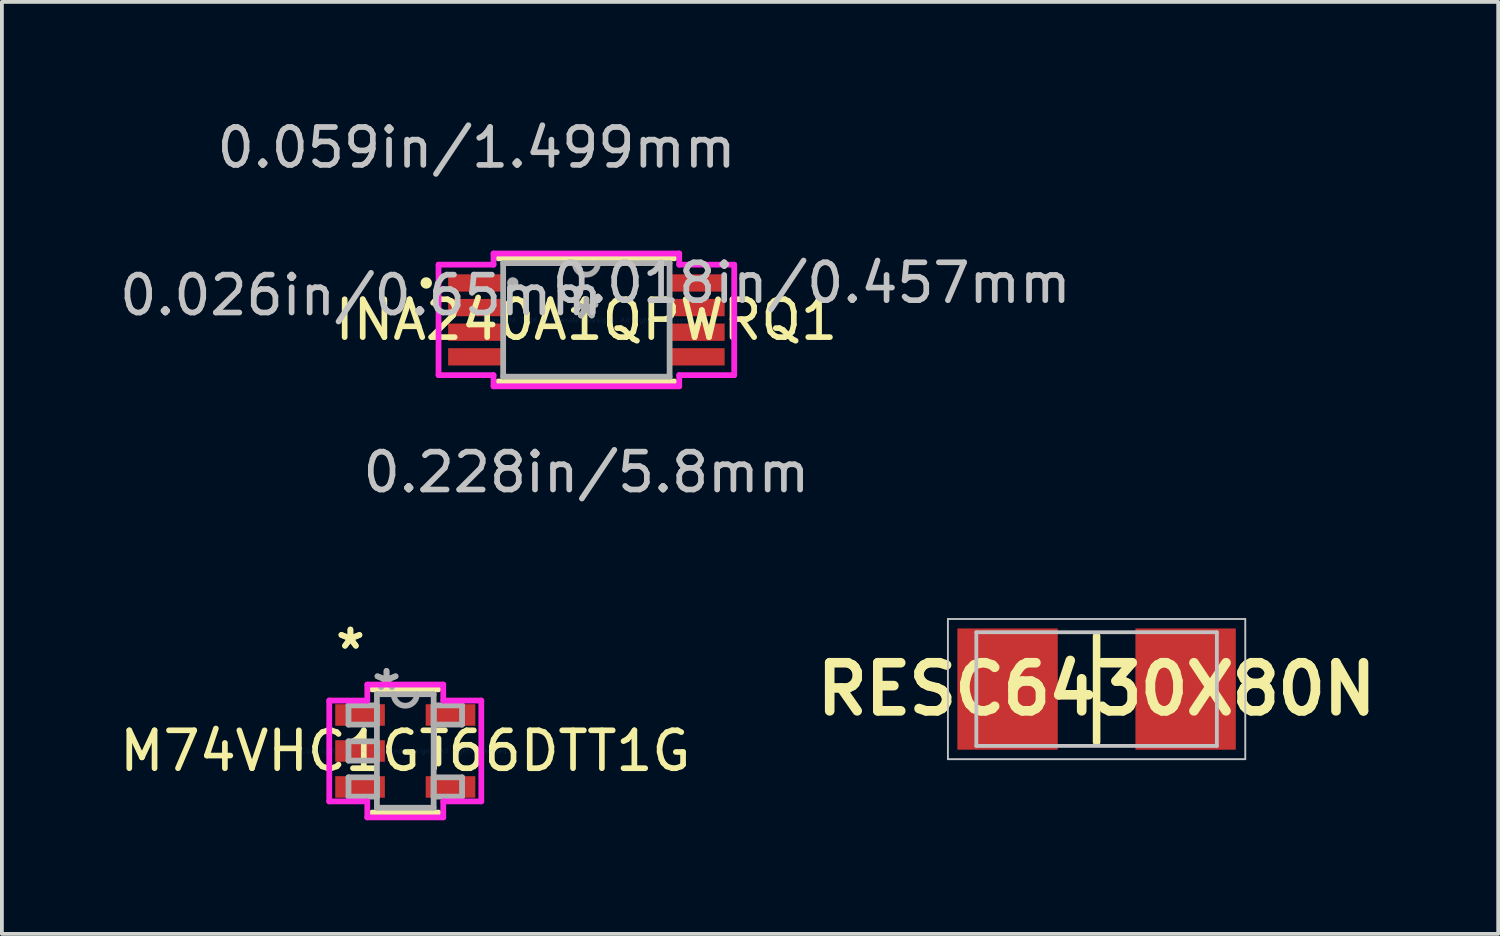
<source format=kicad_pcb>
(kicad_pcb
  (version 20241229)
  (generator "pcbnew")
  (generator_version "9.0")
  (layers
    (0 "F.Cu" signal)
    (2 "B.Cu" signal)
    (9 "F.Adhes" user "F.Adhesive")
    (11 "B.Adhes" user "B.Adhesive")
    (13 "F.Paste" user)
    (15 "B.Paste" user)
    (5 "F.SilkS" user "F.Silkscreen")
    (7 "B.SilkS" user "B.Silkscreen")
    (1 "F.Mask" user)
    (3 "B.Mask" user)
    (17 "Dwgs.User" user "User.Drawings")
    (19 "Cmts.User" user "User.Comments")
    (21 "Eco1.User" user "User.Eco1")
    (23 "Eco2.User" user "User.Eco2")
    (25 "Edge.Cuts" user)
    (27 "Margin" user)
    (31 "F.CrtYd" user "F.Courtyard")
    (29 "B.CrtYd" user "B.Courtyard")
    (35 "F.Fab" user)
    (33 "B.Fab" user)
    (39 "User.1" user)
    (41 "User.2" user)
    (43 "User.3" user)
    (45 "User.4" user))
  (footprint "INA240A1QPWRQ1"
    (layer "F.Cu")
    (at 12.43 5.395)
    (property "Reference" "INA240A1QPWRQ1" (at 0 0 0) (layer "F.SilkS") (effects (font (size 1 1) (thickness 0.15))))
    (attr through_hole)
    (fp_line (start -2.324 1.626) (end 2.324 1.626) (stroke (width 0.152) (type solid)) (layer "F.SilkS"))
    (fp_line (start 2.324 -1.626) (end -2.324 -1.626) (stroke (width 0.152) (type solid)) (layer "F.SilkS"))
    (fp_circle (center -4.228 -0.975) (end -4.152 -0.975) (stroke (width 0.152) (type solid)) (fill no) (layer "F.SilkS"))
    (fp_line (start -3.903 -1.458) (end -2.451 -1.458) (stroke (width 0.152) (type solid)) (layer "F.CrtYd"))
    (fp_line (start -3.903 1.458) (end -3.903 -1.458) (stroke (width 0.152) (type solid)) (layer "F.CrtYd"))
    (fp_line (start -2.451 -1.753) (end 2.451 -1.753) (stroke (width 0.152) (type solid)) (layer "F.CrtYd"))
    (fp_line (start -2.451 -1.458) (end -2.451 -1.753) (stroke (width 0.152) (type solid)) (layer "F.CrtYd"))
    (fp_line (start -2.451 1.458) (end -3.903 1.458) (stroke (width 0.152) (type solid)) (layer "F.CrtYd"))
    (fp_line (start -2.451 1.753) (end -2.451 1.458) (stroke (width 0.152) (type solid)) (layer "F.CrtYd"))
    (fp_line (start 2.451 -1.753) (end 2.451 -1.458) (stroke (width 0.152) (type solid)) (layer "F.CrtYd"))
    (fp_line (start 2.451 -1.458) (end 3.903 -1.458) (stroke (width 0.152) (type solid)) (layer "F.CrtYd"))
    (fp_line (start 2.451 1.458) (end 2.451 1.753) (stroke (width 0.152) (type solid)) (layer "F.CrtYd"))
    (fp_line (start 2.451 1.753) (end -2.451 1.753) (stroke (width 0.152) (type solid)) (layer "F.CrtYd"))
    (fp_line (start 3.903 -1.458) (end 3.903 1.458) (stroke (width 0.152) (type solid)) (layer "F.CrtYd"))
    (fp_line (start 3.903 1.458) (end 2.451 1.458) (stroke (width 0.152) (type solid)) (layer "F.CrtYd"))
    (fp_line (start -2.197 -1.499) (end -2.197 1.499) (stroke (width 0.152) (type solid)) (layer "F.Fab"))
    (fp_line (start -2.197 1.499) (end 2.197 1.499) (stroke (width 0.152) (type solid)) (layer "F.Fab"))
    (fp_line (start 2.197 -1.499) (end -2.197 -1.499) (stroke (width 0.152) (type solid)) (layer "F.Fab"))
    (fp_line (start 2.197 1.499) (end 2.197 -1.499) (stroke (width 0.152) (type solid)) (layer "F.Fab"))
    (fp_arc (start 0.3048 -1.4986) (mid 0 -1.1938) (end -0.3048 -1.4986) (stroke (width 0.1524) (type solid)) (layer "F.Fab"))
    (fp_circle (center -1.943 -0.975) (end -1.867 -0.975) (stroke (width 0.152) (type solid)) (fill no) (layer "F.Fab"))
    (fp_text user "*" (at 0 0 0) (layer "F.SilkS") (effects (font (size 1 1) (thickness 0.15))))
    (fp_text user "0.059in/1.499mm" (at -2.9 -4.547 0) (layer "Dwgs.User") (effects (font (size 1 1) (thickness 0.15))))
    (fp_text user "0.228in/5.8mm" (at 0 4.023 0) (layer "Dwgs.User") (effects (font (size 1 1) (thickness 0.15))))
    (fp_text user "0.018in/0.457mm" (at 5.948 -0.975 0) (layer "Dwgs.User") (effects (font (size 1 1) (thickness 0.15))))
    (fp_text user "0.026in/0.65mm" (at -5.948 -0.65 0) (layer "Dwgs.User") (effects (font (size 1 1) (thickness 0.15))))
    (fp_text user "Copyright 2016 Accelerated Designs. All rights reserved." (at 0 0 0) (layer "Cmts.User") (effects (font (size 0.127 0.127) (thickness 0.002))))
    (fp_text user "*" (at 0 0 0) (layer "F.Fab") (effects (font (size 1 1) (thickness 0.15))))
    (pad "1" smd rect (at -2.9 -0.975) (size 1.499 0.457) (layers "F.Cu" "F.Mask" "F.Paste"))
    (pad "2" smd rect (at -2.9 -0.325) (size 1.499 0.457) (layers "F.Cu" "F.Mask" "F.Paste"))
    (pad "3" smd rect (at -2.9 0.325) (size 1.499 0.457) (layers "F.Cu" "F.Mask" "F.Paste"))
    (pad "4" smd rect (at -2.9 0.975) (size 1.499 0.457) (layers "F.Cu" "F.Mask" "F.Paste"))
    (pad "5" smd rect (at 2.9 0.975) (size 1.499 0.457) (layers "F.Cu" "F.Mask" "F.Paste"))
    (pad "6" smd rect (at 2.9 0.325) (size 1.499 0.457) (layers "F.Cu" "F.Mask" "F.Paste"))
    (pad "7" smd rect (at 2.9 -0.325) (size 1.499 0.457) (layers "F.Cu" "F.Mask" "F.Paste"))
    (pad "8" smd rect (at 2.9 -0.975) (size 1.499 0.457) (layers "F.Cu" "F.Mask" "F.Paste")))
  (footprint "RESC6430X80N"
    (layer "F.Cu")
    (at 25.899 15.141)
    (property "Reference" "RESC6430X80N" (at 0 0 0) (layer "F.SilkS") (effects (font (size 1.27 1.27) (thickness 0.254))))
    (attr smd)
    (fp_line (start 0 -1.4) (end 0 1.4) (stroke (width 0.2) (type solid)) (layer "F.SilkS"))
    (fp_line (start -3.925 -1.85) (end 3.925 -1.85) (stroke (width 0.05) (type solid)) (layer "Dwgs.User"))
    (fp_line (start -3.925 1.85) (end -3.925 -1.85) (stroke (width 0.05) (type solid)) (layer "Dwgs.User"))
    (fp_line (start -3.175 -1.5) (end 3.175 -1.5) (stroke (width 0.1) (type solid)) (layer "Dwgs.User"))
    (fp_line (start -3.175 1.5) (end -3.175 -1.5) (stroke (width 0.1) (type solid)) (layer "Dwgs.User"))
    (fp_line (start 3.175 -1.5) (end 3.175 1.5) (stroke (width 0.1) (type solid)) (layer "Dwgs.User"))
    (fp_line (start 3.175 1.5) (end -3.175 1.5) (stroke (width 0.1) (type solid)) (layer "Dwgs.User"))
    (fp_line (start 3.925 -1.85) (end 3.925 1.85) (stroke (width 0.05) (type solid)) (layer "Dwgs.User"))
    (fp_line (start 3.925 1.85) (end -3.925 1.85) (stroke (width 0.05) (type solid)) (layer "Dwgs.User"))
    (pad "1" smd rect (at -2.35 0) (size 2.65 3.2) (layers "F.Cu" "F.Mask" "F.Paste"))
    (pad "2" smd rect (at 2.35 0) (size 2.65 3.2) (layers "F.Cu" "F.Mask" "F.Paste")))
  (footprint "M74VHC1GT66DTT1G"
    (layer "F.Cu")
    (at 7.649 16.775)
    (property "Reference" "M74VHC1GT66DTT1G" (at 0 0 0) (layer "F.SilkS") (effects (font (size 1 1) (thickness 0.15))))
    (attr through_hole)
    (fp_line (start -0.876 1.626) (end 0.876 1.626) (stroke (width 0.152) (type solid)) (layer "F.SilkS"))
    (fp_line (start 0.876 -1.626) (end -0.876 -1.626) (stroke (width 0.152) (type solid)) (layer "F.SilkS"))
    (fp_line (start 0.876 0.333) (end 0.876 -0.333) (stroke (width 0.152) (type solid)) (layer "F.SilkS"))
    (fp_line (start -2.007 -1.331) (end -1.003 -1.331) (stroke (width 0.152) (type solid)) (layer "F.CrtYd"))
    (fp_line (start -2.007 1.331) (end -2.007 -1.331) (stroke (width 0.152) (type solid)) (layer "F.CrtYd"))
    (fp_line (start -1.003 -1.753) (end 1.003 -1.753) (stroke (width 0.152) (type solid)) (layer "F.CrtYd"))
    (fp_line (start -1.003 -1.331) (end -1.003 -1.753) (stroke (width 0.152) (type solid)) (layer "F.CrtYd"))
    (fp_line (start -1.003 1.331) (end -2.007 1.331) (stroke (width 0.152) (type solid)) (layer "F.CrtYd"))
    (fp_line (start -1.003 1.753) (end -1.003 1.331) (stroke (width 0.152) (type solid)) (layer "F.CrtYd"))
    (fp_line (start 1.003 -1.753) (end 1.003 -1.331) (stroke (width 0.152) (type solid)) (layer "F.CrtYd"))
    (fp_line (start 1.003 -1.331) (end 2.007 -1.331) (stroke (width 0.152) (type solid)) (layer "F.CrtYd"))
    (fp_line (start 1.003 1.331) (end 1.003 1.753) (stroke (width 0.152) (type solid)) (layer "F.CrtYd"))
    (fp_line (start 1.003 1.753) (end -1.003 1.753) (stroke (width 0.152) (type solid)) (layer "F.CrtYd"))
    (fp_line (start 2.007 -1.331) (end 2.007 1.331) (stroke (width 0.152) (type solid)) (layer "F.CrtYd"))
    (fp_line (start 2.007 1.331) (end 1.003 1.331) (stroke (width 0.152) (type solid)) (layer "F.CrtYd"))
    (fp_line (start -1.499 -1.204) (end -1.499 -0.696) (stroke (width 0.152) (type solid)) (layer "F.Fab"))
    (fp_line (start -1.499 -0.696) (end -0.749 -0.696) (stroke (width 0.152) (type solid)) (layer "F.Fab"))
    (fp_line (start -1.499 -0.254) (end -1.499 0.254) (stroke (width 0.152) (type solid)) (layer "F.Fab"))
    (fp_line (start -1.499 0.254) (end -0.749 0.254) (stroke (width 0.152) (type solid)) (layer "F.Fab"))
    (fp_line (start -1.499 0.696) (end -1.499 1.204) (stroke (width 0.152) (type solid)) (layer "F.Fab"))
    (fp_line (start -1.499 1.204) (end -0.749 1.204) (stroke (width 0.152) (type solid)) (layer "F.Fab"))
    (fp_line (start -0.749 -1.499) (end -0.749 1.499) (stroke (width 0.152) (type solid)) (layer "F.Fab"))
    (fp_line (start -0.749 -1.204) (end -1.499 -1.204) (stroke (width 0.152) (type solid)) (layer "F.Fab"))
    (fp_line (start -0.749 -0.696) (end -0.749 -1.204) (stroke (width 0.152) (type solid)) (layer "F.Fab"))
    (fp_line (start -0.749 -0.254) (end -1.499 -0.254) (stroke (width 0.152) (type solid)) (layer "F.Fab"))
    (fp_line (start -0.749 0.254) (end -0.749 -0.254) (stroke (width 0.152) (type solid)) (layer "F.Fab"))
    (fp_line (start -0.749 0.696) (end -1.499 0.696) (stroke (width 0.152) (type solid)) (layer "F.Fab"))
    (fp_line (start -0.749 1.204) (end -0.749 0.696) (stroke (width 0.152) (type solid)) (layer "F.Fab"))
    (fp_line (start -0.749 1.499) (end 0.749 1.499) (stroke (width 0.152) (type solid)) (layer "F.Fab"))
    (fp_line (start 0.749 -1.499) (end -0.749 -1.499) (stroke (width 0.152) (type solid)) (layer "F.Fab"))
    (fp_line (start 0.749 -1.204) (end 0.749 -0.696) (stroke (width 0.152) (type solid)) (layer "F.Fab"))
    (fp_line (start 0.749 -0.696) (end 1.499 -0.696) (stroke (width 0.152) (type solid)) (layer "F.Fab"))
    (fp_line (start 0.749 0.696) (end 0.749 1.204) (stroke (width 0.152) (type solid)) (layer "F.Fab"))
    (fp_line (start 0.749 1.204) (end 1.499 1.204) (stroke (width 0.152) (type solid)) (layer "F.Fab"))
    (fp_line (start 0.749 1.499) (end 0.749 -1.499) (stroke (width 0.152) (type solid)) (layer "F.Fab"))
    (fp_line (start 1.499 -1.204) (end 0.749 -1.204) (stroke (width 0.152) (type solid)) (layer "F.Fab"))
    (fp_line (start 1.499 -0.696) (end 1.499 -1.204) (stroke (width 0.152) (type solid)) (layer "F.Fab"))
    (fp_line (start 1.499 0.696) (end 0.749 0.696) (stroke (width 0.152) (type solid)) (layer "F.Fab"))
    (fp_line (start 1.499 1.204) (end 1.499 0.696) (stroke (width 0.152) (type solid)) (layer "F.Fab"))
    (fp_arc (start 0.3048 -1.4986) (mid 0 -1.1938) (end -0.3048 -1.4986) (stroke (width 0.1524) (type solid)) (layer "F.Fab"))
    (fp_text user "*" (at -1.448 -2.661 0) (layer "F.SilkS") (effects (font (size 1 1) (thickness 0.15))))
    (fp_text user "*" (at -1.448 -2.661 0) (layer "F.SilkS") (effects (font (size 1 1) (thickness 0.15))))
    (fp_text user "Copyright 2016 Accelerated Designs. All rights reserved." (at 0 0 0) (layer "Cmts.User") (effects (font (size 0.127 0.127) (thickness 0.002))))
    (fp_text user "*" (at -0.495 -1.569 0) (layer "F.Fab") (effects (font (size 1 1) (thickness 0.15))))
    (fp_text user "*" (at -0.495 -1.569 0) (layer "F.Fab") (effects (font (size 1 1) (thickness 0.15))))
    (pad "1" smd rect (at -1.194 -0.95) (size 1.31 0.568) (layers "F.Cu" "F.Mask" "F.Paste"))
    (pad "2" smd rect (at -1.194 0) (size 1.31 0.568) (layers "F.Cu" "F.Mask" "F.Paste"))
    (pad "3" smd rect (at -1.194 0.95) (size 1.31 0.568) (layers "F.Cu" "F.Mask" "F.Paste"))
    (pad "4" smd rect (at 1.194 0.95) (size 1.31 0.568) (layers "F.Cu" "F.Mask" "F.Paste"))
    (pad "5" smd rect (at 1.194 -0.95) (size 1.31 0.568) (layers "F.Cu" "F.Mask" "F.Paste")))
  (gr_rect
    (start -3 -3)
    (end 36.501 21.604)
    (stroke (width 0.1) (type default))
    (fill no)
    (layer "Edge.Cuts")))
</source>
